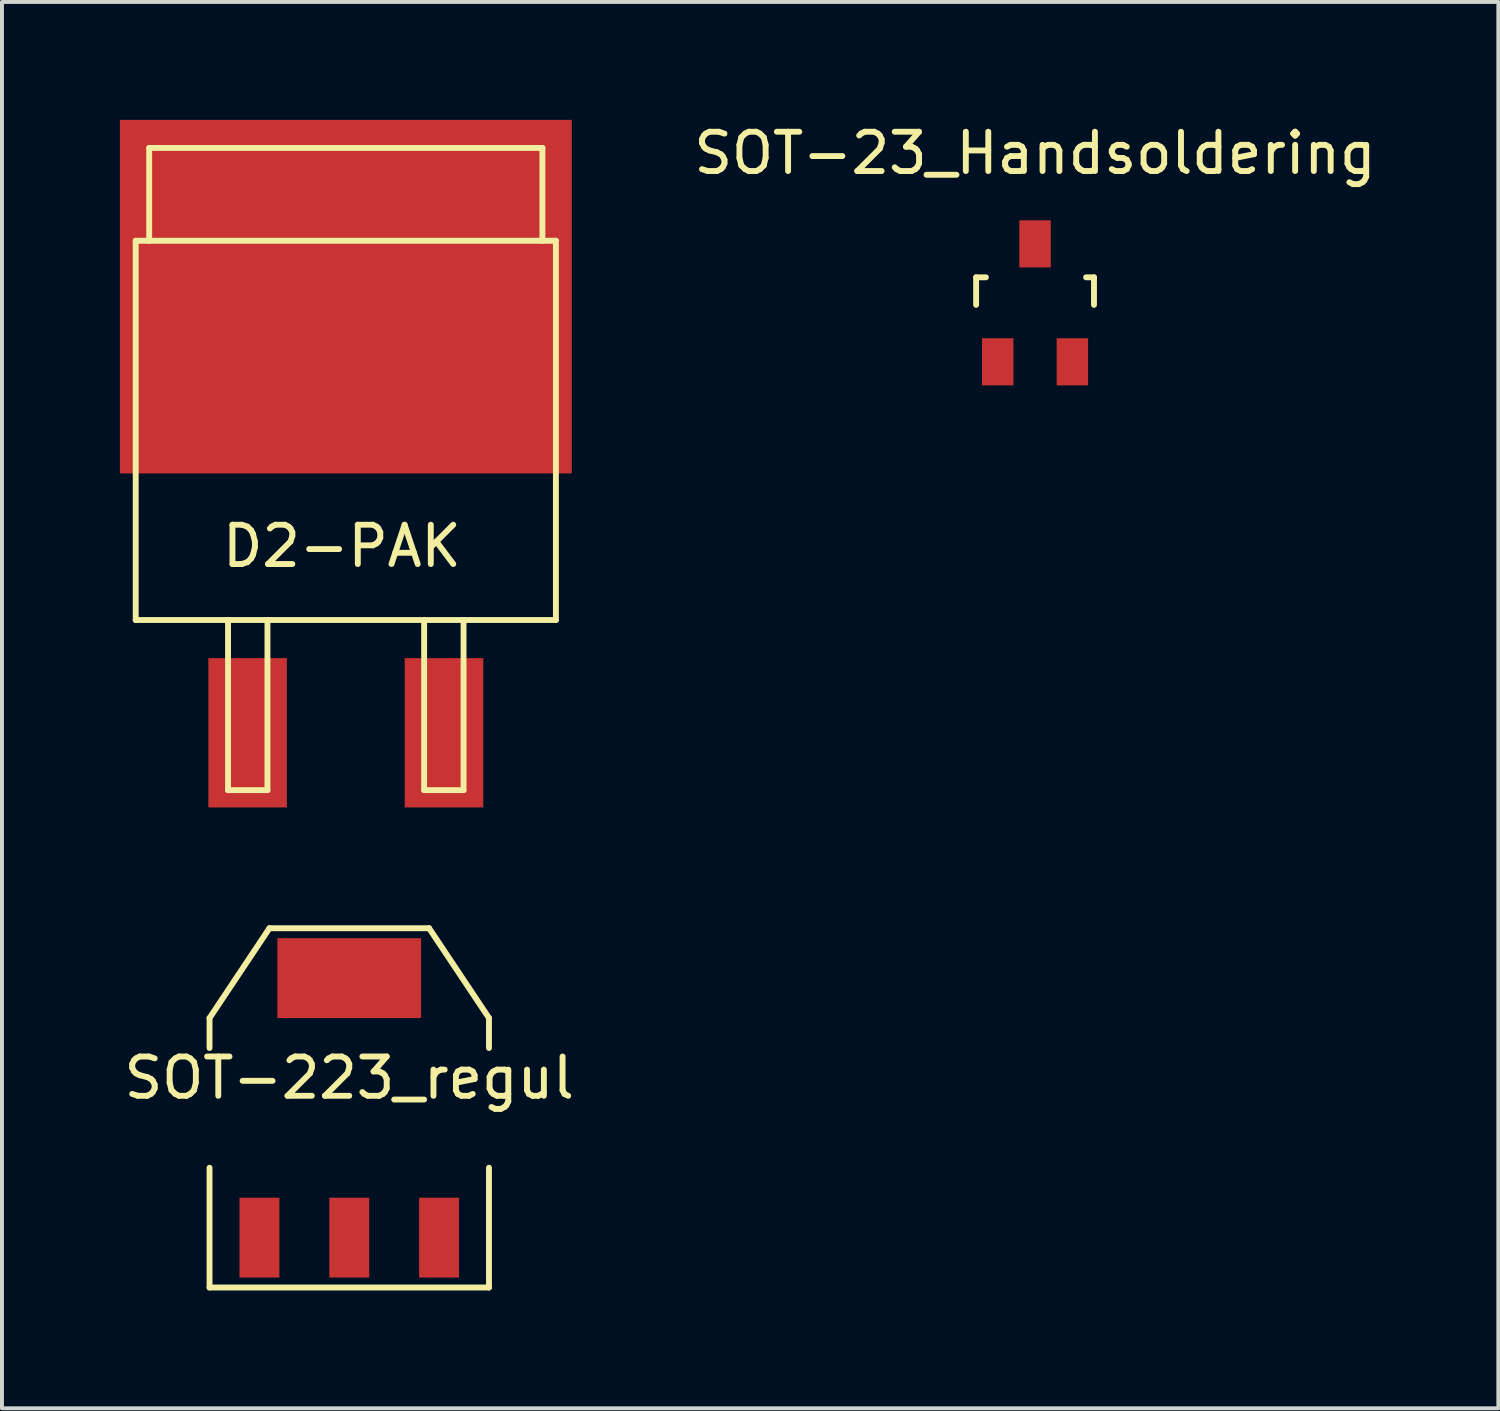
<source format=kicad_pcb>
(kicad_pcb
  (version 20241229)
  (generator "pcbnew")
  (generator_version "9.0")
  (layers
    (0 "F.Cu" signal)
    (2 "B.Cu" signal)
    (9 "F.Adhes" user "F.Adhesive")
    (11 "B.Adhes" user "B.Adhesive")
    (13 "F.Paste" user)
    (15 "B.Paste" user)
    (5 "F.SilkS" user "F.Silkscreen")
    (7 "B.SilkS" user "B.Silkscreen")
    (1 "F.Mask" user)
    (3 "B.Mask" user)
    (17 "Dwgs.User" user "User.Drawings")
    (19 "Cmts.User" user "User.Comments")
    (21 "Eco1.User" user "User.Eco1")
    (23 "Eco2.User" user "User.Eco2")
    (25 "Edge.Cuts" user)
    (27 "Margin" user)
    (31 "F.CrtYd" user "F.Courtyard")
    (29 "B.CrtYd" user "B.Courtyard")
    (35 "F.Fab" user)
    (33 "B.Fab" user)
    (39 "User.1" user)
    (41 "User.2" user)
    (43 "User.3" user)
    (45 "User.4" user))
  (footprint "D2-PAK"
    (layer "F.Cu")
    (at 5.751 10.05)
    (property "Reference" "D2-PAK" (at -0.099 0.8 0) (layer "F.SilkS") (effects (font (size 1 1) (thickness 0.15))))
    (attr smd)
    (fp_line (start -5.347 -6.972) (end 5.347 -6.972) (stroke (width 0.15) (type solid)) (layer "F.SilkS"))
    (fp_line (start -5.347 2.68) (end -5.347 -6.972) (stroke (width 0.15) (type solid)) (layer "F.SilkS"))
    (fp_line (start -5.004 -9.335) (end 5.004 -9.335) (stroke (width 0.15) (type solid)) (layer "F.SilkS"))
    (fp_line (start -5.004 -6.972) (end -5.004 -9.335) (stroke (width 0.15) (type solid)) (layer "F.SilkS"))
    (fp_line (start -2.997 2.68) (end -2.997 7.01) (stroke (width 0.15) (type solid)) (layer "F.SilkS"))
    (fp_line (start -2.997 7.01) (end -1.994 7.01) (stroke (width 0.15) (type solid)) (layer "F.SilkS"))
    (fp_line (start -1.994 7.01) (end -1.994 2.68) (stroke (width 0.15) (type solid)) (layer "F.SilkS"))
    (fp_line (start 1.994 2.68) (end 1.994 7.01) (stroke (width 0.15) (type solid)) (layer "F.SilkS"))
    (fp_line (start 1.994 7.01) (end 2.997 7.01) (stroke (width 0.15) (type solid)) (layer "F.SilkS"))
    (fp_line (start 2.997 7.01) (end 2.997 2.68) (stroke (width 0.15) (type solid)) (layer "F.SilkS"))
    (fp_line (start 5.004 -9.335) (end 5.004 -6.972) (stroke (width 0.15) (type solid)) (layer "F.SilkS"))
    (fp_line (start 5.347 -6.972) (end 5.347 2.68) (stroke (width 0.15) (type solid)) (layer "F.SilkS"))
    (fp_line (start 5.347 2.68) (end -5.347 2.68) (stroke (width 0.15) (type solid)) (layer "F.SilkS"))
    (pad "D" smd rect (at 0 -5.55) (size 11.501 8.999) (layers "F.Cu" "F.Mask" "F.Paste"))
    (pad "G" smd rect (at -2.499 5.55) (size 1.999 3.8) (layers "F.Cu" "F.Mask" "F.Paste"))
    (pad "S" smd rect (at 2.499 5.55) (size 1.999 3.8) (layers "F.Cu" "F.Mask" "F.Paste")))
  (footprint "SOT-223_regul"
    (layer "F.Cu")
    (at 5.839 25.146)
    (property "Reference" "SOT-223_regul" (at 0 -0.762 0) (layer "F.SilkS") (effects (font (size 1 1) (thickness 0.15))))
    (attr smd)
    (fp_line (start -3.556 -2.286) (end -2.032 -4.572) (stroke (width 0.15) (type solid)) (layer "F.SilkS"))
    (fp_line (start -3.556 -1.524) (end -3.556 -2.286) (stroke (width 0.15) (type solid)) (layer "F.SilkS"))
    (fp_line (start -3.556 1.524) (end -3.556 4.572) (stroke (width 0.15) (type solid)) (layer "F.SilkS"))
    (fp_line (start -3.556 4.572) (end 3.556 4.572) (stroke (width 0.15) (type solid)) (layer "F.SilkS"))
    (fp_line (start -2.032 -4.572) (end 2.032 -4.572) (stroke (width 0.15) (type solid)) (layer "F.SilkS"))
    (fp_line (start 2.032 -4.572) (end 3.556 -2.286) (stroke (width 0.15) (type solid)) (layer "F.SilkS"))
    (fp_line (start 3.556 -2.286) (end 3.556 -1.524) (stroke (width 0.15) (type solid)) (layer "F.SilkS"))
    (fp_line (start 3.556 4.572) (end 3.556 1.524) (stroke (width 0.15) (type solid)) (layer "F.SilkS"))
    (pad "4" smd rect (at 0 -3.302) (size 3.658 2.032) (layers "F.Cu" "F.Mask" "F.Paste"))
    (pad "GND" smd rect (at -2.286 3.302) (size 1.016 2.032) (layers "F.Cu" "F.Mask" "F.Paste"))
    (pad "VI" smd rect (at 2.286 3.302) (size 1.016 2.032) (layers "F.Cu" "F.Mask" "F.Paste"))
    (pad "VO" smd rect (at 0 3.302) (size 1.016 2.032) (layers "F.Cu" "F.Mask" "F.Paste")))
  (footprint "SOT-23_Handsoldering"
    (layer "F.Cu")
    (at 23.293 4.658)
    (property "Reference" "SOT-23_Handsoldering" (at 0 -3.81 0) (layer "F.SilkS") (effects (font (size 1 1) (thickness 0.15))))
    (attr smd)
    (fp_line (start -1.5 -0.65) (end -1.251 -0.65) (stroke (width 0.15) (type solid)) (layer "F.SilkS"))
    (fp_line (start -1.5 0.051) (end -1.5 -0.65) (stroke (width 0.15) (type solid)) (layer "F.SilkS"))
    (fp_line (start 1.299 -0.65) (end 1.5 -0.65) (stroke (width 0.15) (type solid)) (layer "F.SilkS"))
    (fp_line (start 1.5 -0.65) (end 1.5 0.051) (stroke (width 0.15) (type solid)) (layer "F.SilkS"))
    (pad "D" smd rect (at 0 -1.501) (size 0.8 1.2) (layers "F.Cu" "F.Mask" "F.Paste"))
    (pad "G" smd rect (at -0.95 1.501) (size 0.8 1.2) (layers "F.Cu" "F.Mask" "F.Paste"))
    (pad "S" smd rect (at 0.95 1.501) (size 0.8 1.2) (layers "F.Cu" "F.Mask" "F.Paste")))
  (gr_rect
    (start -3 -3)
    (end 35.084 32.793)
    (stroke (width 0.1) (type default))
    (fill no)
    (layer "Edge.Cuts")))
</source>
